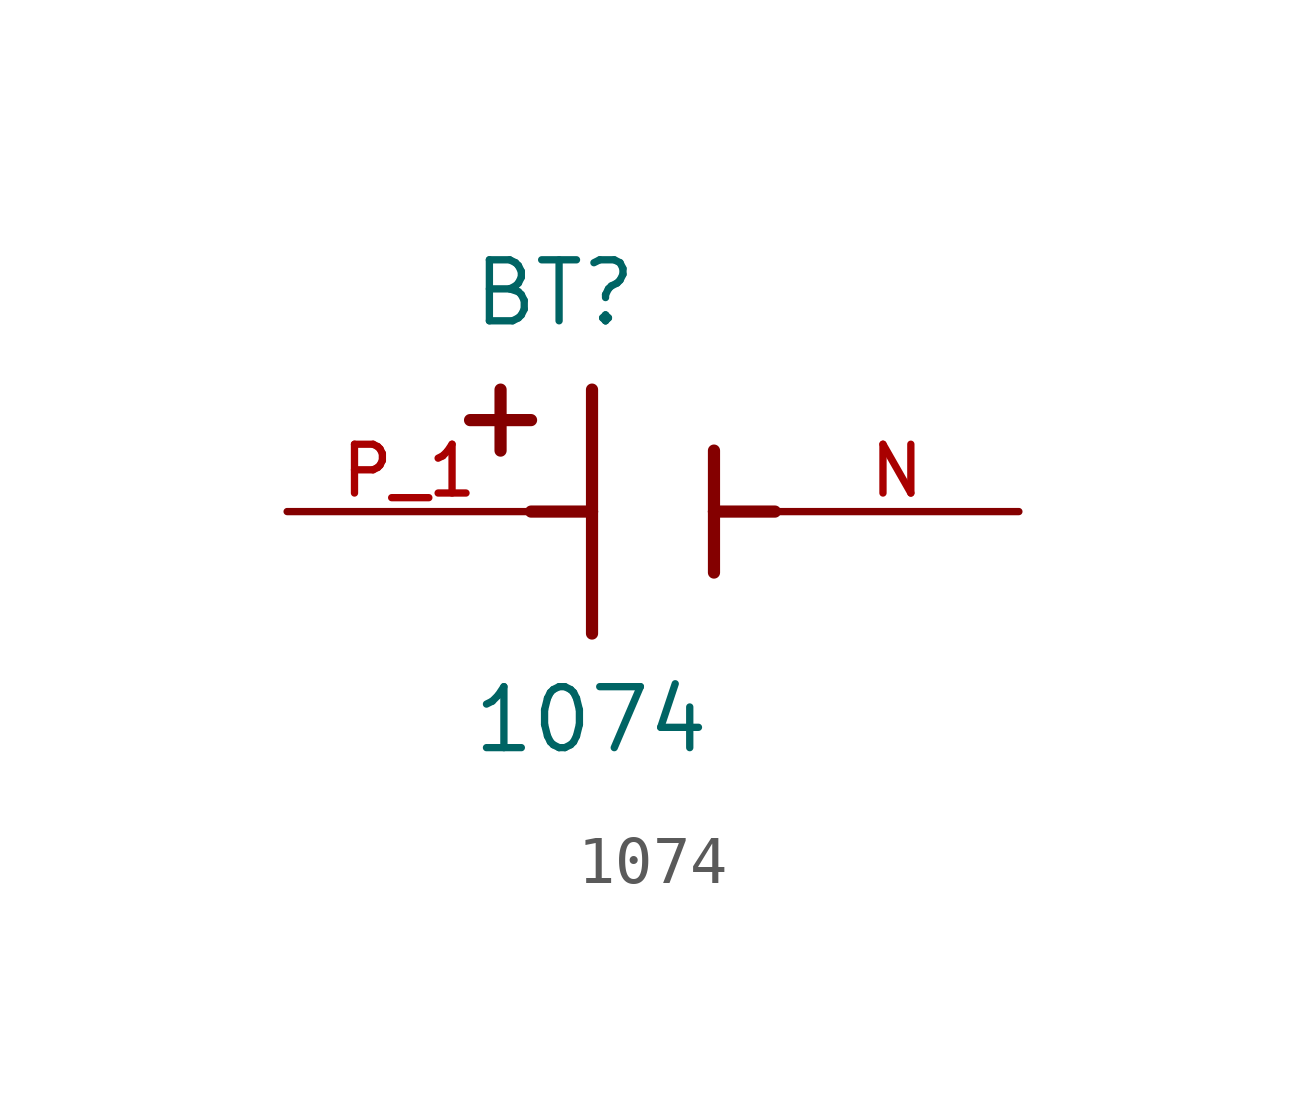
<source format=kicad_sym>
(kicad_symbol_lib
  (version 20211014)
  (generator kicad_symbol_editor)
  (symbol "1074"
    (pin_names
      (offset 1.016))
    (property "Reference" "BT"
      (at -3.81 3.81 0)
      (effects (font (size 1.27 1.27)) (justify bottom left)))
    (property "Value" "1074"
      (at -3.81 -5.08 0)
      (effects (font (size 1.27 1.27)) (justify bottom left)))
    (symbol "1074_0_0"
      (polyline (pts (xy -1.27 2.54) (xy -1.27 0.0)) (stroke (width 0.254)))
      (polyline (pts (xy -1.27 0.0) (xy -1.27 -2.54)) (stroke (width 0.254)))
      (polyline (pts (xy 1.27 1.27) (xy 1.27 0.0)) (stroke (width 0.254)))
      (polyline (pts (xy 1.27 0.0) (xy 1.27 -1.27)) (stroke (width 0.254)))
      (polyline (pts (xy -1.27 0.0) (xy -2.54 0.0)) (stroke (width 0.254)))
      (polyline (pts (xy 1.27 0.0) (xy 2.54 0.0)) (stroke (width 0.254)))
      (polyline (pts (xy -3.175 2.54) (xy -3.175 1.27)) (stroke (width 0.254)))
      (polyline (pts (xy -3.81 1.905) (xy -2.54 1.905)) (stroke (width 0.254)))
      (pin passive line (at -7.62 0.0 0) (length 5.08) (name "~" (effects (font (size 1.016 1.016)))) (number "P_1" (effects (font (size 1.016 1.016)))))
      (pin passive line (at -7.62 0.0 0) (length 5.08) hide (name "~" (effects (font (size 1.016 1.016)))) (number "P_2" (effects (font (size 1.016 1.016)))))
      (pin passive line (at 7.62 0.0 180.0) (length 5.08) (name "~" (effects (font (size 1.016 1.016)))) (number "N" (effects (font (size 1.016 1.016))))))))
</source>
